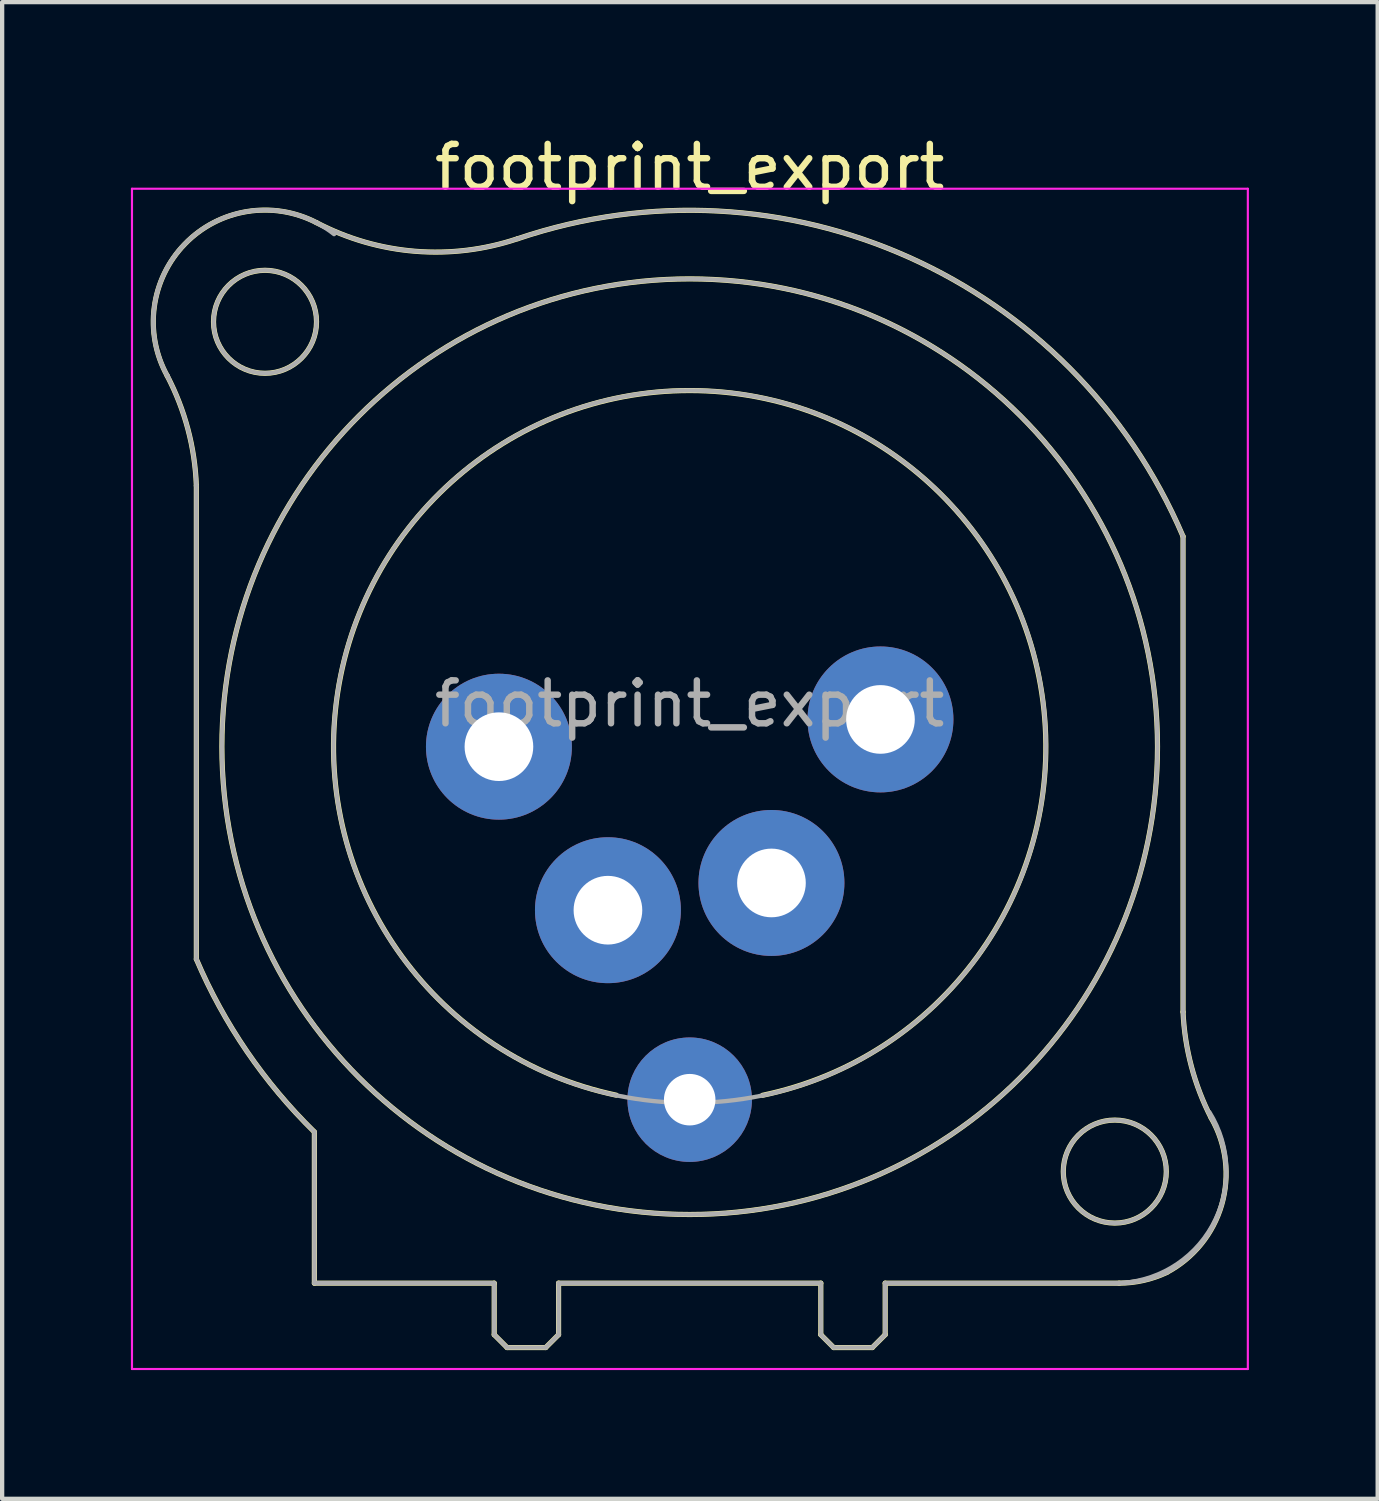
<source format=kicad_pcb>
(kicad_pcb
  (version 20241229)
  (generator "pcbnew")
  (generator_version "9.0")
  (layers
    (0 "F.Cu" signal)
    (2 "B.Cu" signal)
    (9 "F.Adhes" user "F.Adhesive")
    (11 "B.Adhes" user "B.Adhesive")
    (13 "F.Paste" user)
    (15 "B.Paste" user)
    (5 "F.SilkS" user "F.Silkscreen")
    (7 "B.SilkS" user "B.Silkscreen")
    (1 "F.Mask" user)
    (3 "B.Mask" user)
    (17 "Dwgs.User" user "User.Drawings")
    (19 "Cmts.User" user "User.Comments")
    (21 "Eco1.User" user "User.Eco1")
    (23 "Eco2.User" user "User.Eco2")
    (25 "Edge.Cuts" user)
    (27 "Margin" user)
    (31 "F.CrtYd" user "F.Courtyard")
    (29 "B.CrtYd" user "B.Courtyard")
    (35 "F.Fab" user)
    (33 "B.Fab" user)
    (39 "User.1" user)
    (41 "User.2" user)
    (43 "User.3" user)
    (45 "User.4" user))
  (footprint "footprint_export"
    (layer "F.Cu")
    (at 8.575 14.348)
    (property "Reference" "footprint_export" (at 4.445 -13.5 0) (layer "F.SilkS") (effects (font (size 1 1) (thickness 0.15))))
    (attr through_hole)
    (fp_line (start -7.05 -6.08) (end -7.05 4.95) (stroke (width 0.12) (type solid)) (layer "F.SilkS"))
    (fp_line (start -4.3 12.5) (end -4.3 8.98) (stroke (width 0.12) (type solid)) (layer "F.SilkS"))
    (fp_line (start -0.11 12.5) (end -4.3 12.5) (stroke (width 0.12) (type solid)) (layer "F.SilkS"))
    (fp_line (start -0.11 12.5) (end -0.11 13.7) (stroke (width 0.12) (type solid)) (layer "F.SilkS"))
    (fp_line (start -0.11 13.7) (end 0.19 14) (stroke (width 0.12) (type solid)) (layer "F.SilkS"))
    (fp_line (start 1.09 14) (end 0.19 14) (stroke (width 0.12) (type solid)) (layer "F.SilkS"))
    (fp_line (start 1.39 12.5) (end 1.39 13.7) (stroke (width 0.12) (type solid)) (layer "F.SilkS"))
    (fp_line (start 1.39 13.7) (end 1.09 14) (stroke (width 0.12) (type solid)) (layer "F.SilkS"))
    (fp_line (start 7.5 12.5) (end 1.39 12.5) (stroke (width 0.12) (type solid)) (layer "F.SilkS"))
    (fp_line (start 7.5 12.5) (end 7.5 13.7) (stroke (width 0.12) (type solid)) (layer "F.SilkS"))
    (fp_line (start 7.5 13.7) (end 7.8 14) (stroke (width 0.12) (type solid)) (layer "F.SilkS"))
    (fp_line (start 7.8 14) (end 8.7 14) (stroke (width 0.12) (type solid)) (layer "F.SilkS"))
    (fp_line (start 9 12.5) (end 9 13.7) (stroke (width 0.12) (type solid)) (layer "F.SilkS"))
    (fp_line (start 9 13.7) (end 8.7 14) (stroke (width 0.12) (type solid)) (layer "F.SilkS"))
    (fp_line (start 14.45 12.5) (end 9 12.5) (stroke (width 0.12) (type solid)) (layer "F.SilkS"))
    (fp_line (start 15.94 6.18) (end 15.94 -4.9) (stroke (width 0.12) (type solid)) (layer "F.SilkS"))
    (fp_arc (start -7.729201 -8.641635) (mid -7.2465 -7.39876) (end -7.05 -6.08) (stroke (width 0.12) (type solid)) (layer "F.SilkS"))
    (fp_arc (start -7.725637 -8.636048) (mid -7.316154 -11.714819) (end -4.25 -12.21) (stroke (width 0.12) (type solid)) (layer "F.SilkS"))
    (fp_arc (start -4.299846 8.975956) (mid -5.873184 7.098411) (end -7.05 4.95) (stroke (width 0.12) (type solid)) (layer "F.SilkS"))
    (fp_arc (start 0.433843 -11.835383) (mid -1.946442 -11.543029) (end -4.25 -12.21) (stroke (width 0.12) (type solid)) (layer "F.SilkS"))
    (fp_arc (start 0.441327 -11.837045) (mid 9.549963 -11.405454) (end 15.94 -4.9) (stroke (width 0.12) (type solid)) (layer "F.SilkS"))
    (fp_arc (start 2.735 8.12) (mid 4.451114 -8.2981) (end 6.143033 8.122511) (stroke (width 0.12) (type solid)) (layer "F.SilkS"))
    (fp_arc (start 15.558668 12.251777) (mid 15.018058 12.437185) (end 14.45 12.5) (stroke (width 0.12) (type solid)) (layer "F.SilkS"))
    (fp_arc (start 16.596979 8.653179) (mid 16.135244 7.451985) (end 15.94 6.18) (stroke (width 0.12) (type solid)) (layer "F.SilkS"))
    (fp_arc (start 16.598286 8.654414) (mid 16.841335 10.672303) (end 15.56 12.25) (stroke (width 0.12) (type solid)) (layer "F.SilkS"))
    (fp_circle (center -5.45 -9.9) (end -4.25 -9.9) (stroke (width 0.12) (type solid)) (fill no) (layer "F.SilkS"))
    (fp_circle (center 4.445 0) (end 15.345 0) (stroke (width 0.12) (type solid)) (fill no) (layer "F.SilkS"))
    (fp_circle (center 14.35 9.9) (end 15.55 9.9) (stroke (width 0.12) (type solid)) (fill no) (layer "F.SilkS"))
    (fp_line (start -8.55 -13) (end 17.45 -13) (stroke (width 0.05) (type solid)) (layer "F.CrtYd"))
    (fp_line (start -8.55 14.5) (end -8.55 -13) (stroke (width 0.05) (type solid)) (layer "F.CrtYd"))
    (fp_line (start 17.45 -13) (end 17.45 14.5) (stroke (width 0.05) (type solid)) (layer "F.CrtYd"))
    (fp_line (start 17.45 14.5) (end -8.55 14.5) (stroke (width 0.05) (type solid)) (layer "F.CrtYd"))
    (fp_line (start -7.05 -6.08) (end -7.05 4.95) (stroke (width 0.1) (type solid)) (layer "F.Fab"))
    (fp_line (start -4.3 12.5) (end -4.3 8.98) (stroke (width 0.1) (type solid)) (layer "F.Fab"))
    (fp_line (start -0.11 12.5) (end -4.3 12.5) (stroke (width 0.1) (type solid)) (layer "F.Fab"))
    (fp_line (start -0.11 12.5) (end -0.11 13.7) (stroke (width 0.1) (type solid)) (layer "F.Fab"))
    (fp_line (start -0.11 13.7) (end 0.19 14) (stroke (width 0.1) (type solid)) (layer "F.Fab"))
    (fp_line (start 1.09 14) (end 0.19 14) (stroke (width 0.1) (type solid)) (layer "F.Fab"))
    (fp_line (start 1.39 12.5) (end 1.39 13.7) (stroke (width 0.1) (type solid)) (layer "F.Fab"))
    (fp_line (start 1.39 13.7) (end 1.09 14) (stroke (width 0.1) (type solid)) (layer "F.Fab"))
    (fp_line (start 7.5 12.5) (end 1.39 12.5) (stroke (width 0.1) (type solid)) (layer "F.Fab"))
    (fp_line (start 7.5 12.5) (end 7.5 13.7) (stroke (width 0.1) (type solid)) (layer "F.Fab"))
    (fp_line (start 7.5 13.7) (end 7.8 14) (stroke (width 0.1) (type solid)) (layer "F.Fab"))
    (fp_line (start 7.8 14) (end 8.7 14) (stroke (width 0.1) (type solid)) (layer "F.Fab"))
    (fp_line (start 9 12.5) (end 9 13.7) (stroke (width 0.1) (type solid)) (layer "F.Fab"))
    (fp_line (start 9 13.7) (end 8.7 14) (stroke (width 0.1) (type solid)) (layer "F.Fab"))
    (fp_line (start 14.45 12.5) (end 9 12.5) (stroke (width 0.1) (type solid)) (layer "F.Fab"))
    (fp_line (start 15.94 6.18) (end 15.94 -4.9) (stroke (width 0.1) (type solid)) (layer "F.Fab"))
    (fp_arc (start -7.729201 -8.641635) (mid -7.2465 -7.39876) (end -7.05 -6.08) (stroke (width 0.1) (type solid)) (layer "F.Fab"))
    (fp_arc (start -7.725637 -8.636048) (mid -7.316154 -11.714819) (end -4.25 -12.21) (stroke (width 0.1) (type solid)) (layer "F.Fab"))
    (fp_arc (start -7.685 -8.57) (mid -7.168921 -11.858868) (end -3.840849 -11.942067) (stroke (width 0.1) (type solid)) (layer "F.Fab"))
    (fp_arc (start -4.299846 8.975956) (mid -5.873184 7.098411) (end -7.05 4.95) (stroke (width 0.1) (type solid)) (layer "F.Fab"))
    (fp_arc (start 0.433843 -11.835383) (mid -1.946442 -11.543029) (end -4.25 -12.21) (stroke (width 0.1) (type solid)) (layer "F.Fab"))
    (fp_arc (start 0.441327 -11.837045) (mid 9.549963 -11.405454) (end 15.94 -4.9) (stroke (width 0.1) (type solid)) (layer "F.Fab"))
    (fp_arc (start 15.558668 12.251777) (mid 15.018058 12.437185) (end 14.45 12.5) (stroke (width 0.1) (type solid)) (layer "F.Fab"))
    (fp_arc (start 16.555 8.516) (mid 16.62253 11.159357) (end 14.343337 12.499945) (stroke (width 0.1) (type solid)) (layer "F.Fab"))
    (fp_arc (start 16.596979 8.653179) (mid 16.135244 7.451985) (end 15.94 6.18) (stroke (width 0.1) (type solid)) (layer "F.Fab"))
    (fp_arc (start 16.598286 8.654414) (mid 16.841335 10.672303) (end 15.56 12.25) (stroke (width 0.1) (type solid)) (layer "F.Fab"))
    (fp_circle (center -5.45 -9.9) (end -4.25 -9.9) (stroke (width 0.1) (type solid)) (fill no) (layer "F.Fab"))
    (fp_circle (center 4.445 0) (end 12.745 0) (stroke (width 0.1) (type solid)) (fill no) (layer "F.Fab"))
    (fp_circle (center 4.445 0) (end 15.345 0) (stroke (width 0.1) (type solid)) (fill no) (layer "F.Fab"))
    (fp_circle (center 14.35 9.9) (end 15.55 9.9) (stroke (width 0.1) (type solid)) (fill no) (layer "F.Fab"))
    (fp_text user "${REFERENCE}" (at 4.445 -1 0) (layer "F.Fab") (effects (font (size 1 1) (thickness 0.15))))
    (pad "1" thru_hole circle (at 0 0) (size 3.4 3.4) (drill 1.6) (layers "*.Cu" "*.Mask"))
    (pad "2" thru_hole circle (at 2.54 3.81) (size 3.4 3.4) (drill 1.6) (layers "*.Cu" "*.Mask"))
    (pad "3" thru_hole circle (at 6.35 3.175) (size 3.4 3.4) (drill 1.6) (layers "*.Cu" "*.Mask"))
    (pad "4" thru_hole circle (at 8.89 -0.635) (size 3.4 3.4) (drill 1.6) (layers "*.Cu" "*.Mask"))
    (pad "G" thru_hole circle (at 4.445 8.225) (size 2.9 2.9) (drill 1.2) (layers "*.Cu" "*.Mask")))
  (gr_rect
    (start -3 -3)
    (end 29.05 31.873)
    (stroke (width 0.1) (type default))
    (fill no)
    (layer "Edge.Cuts")))
</source>
